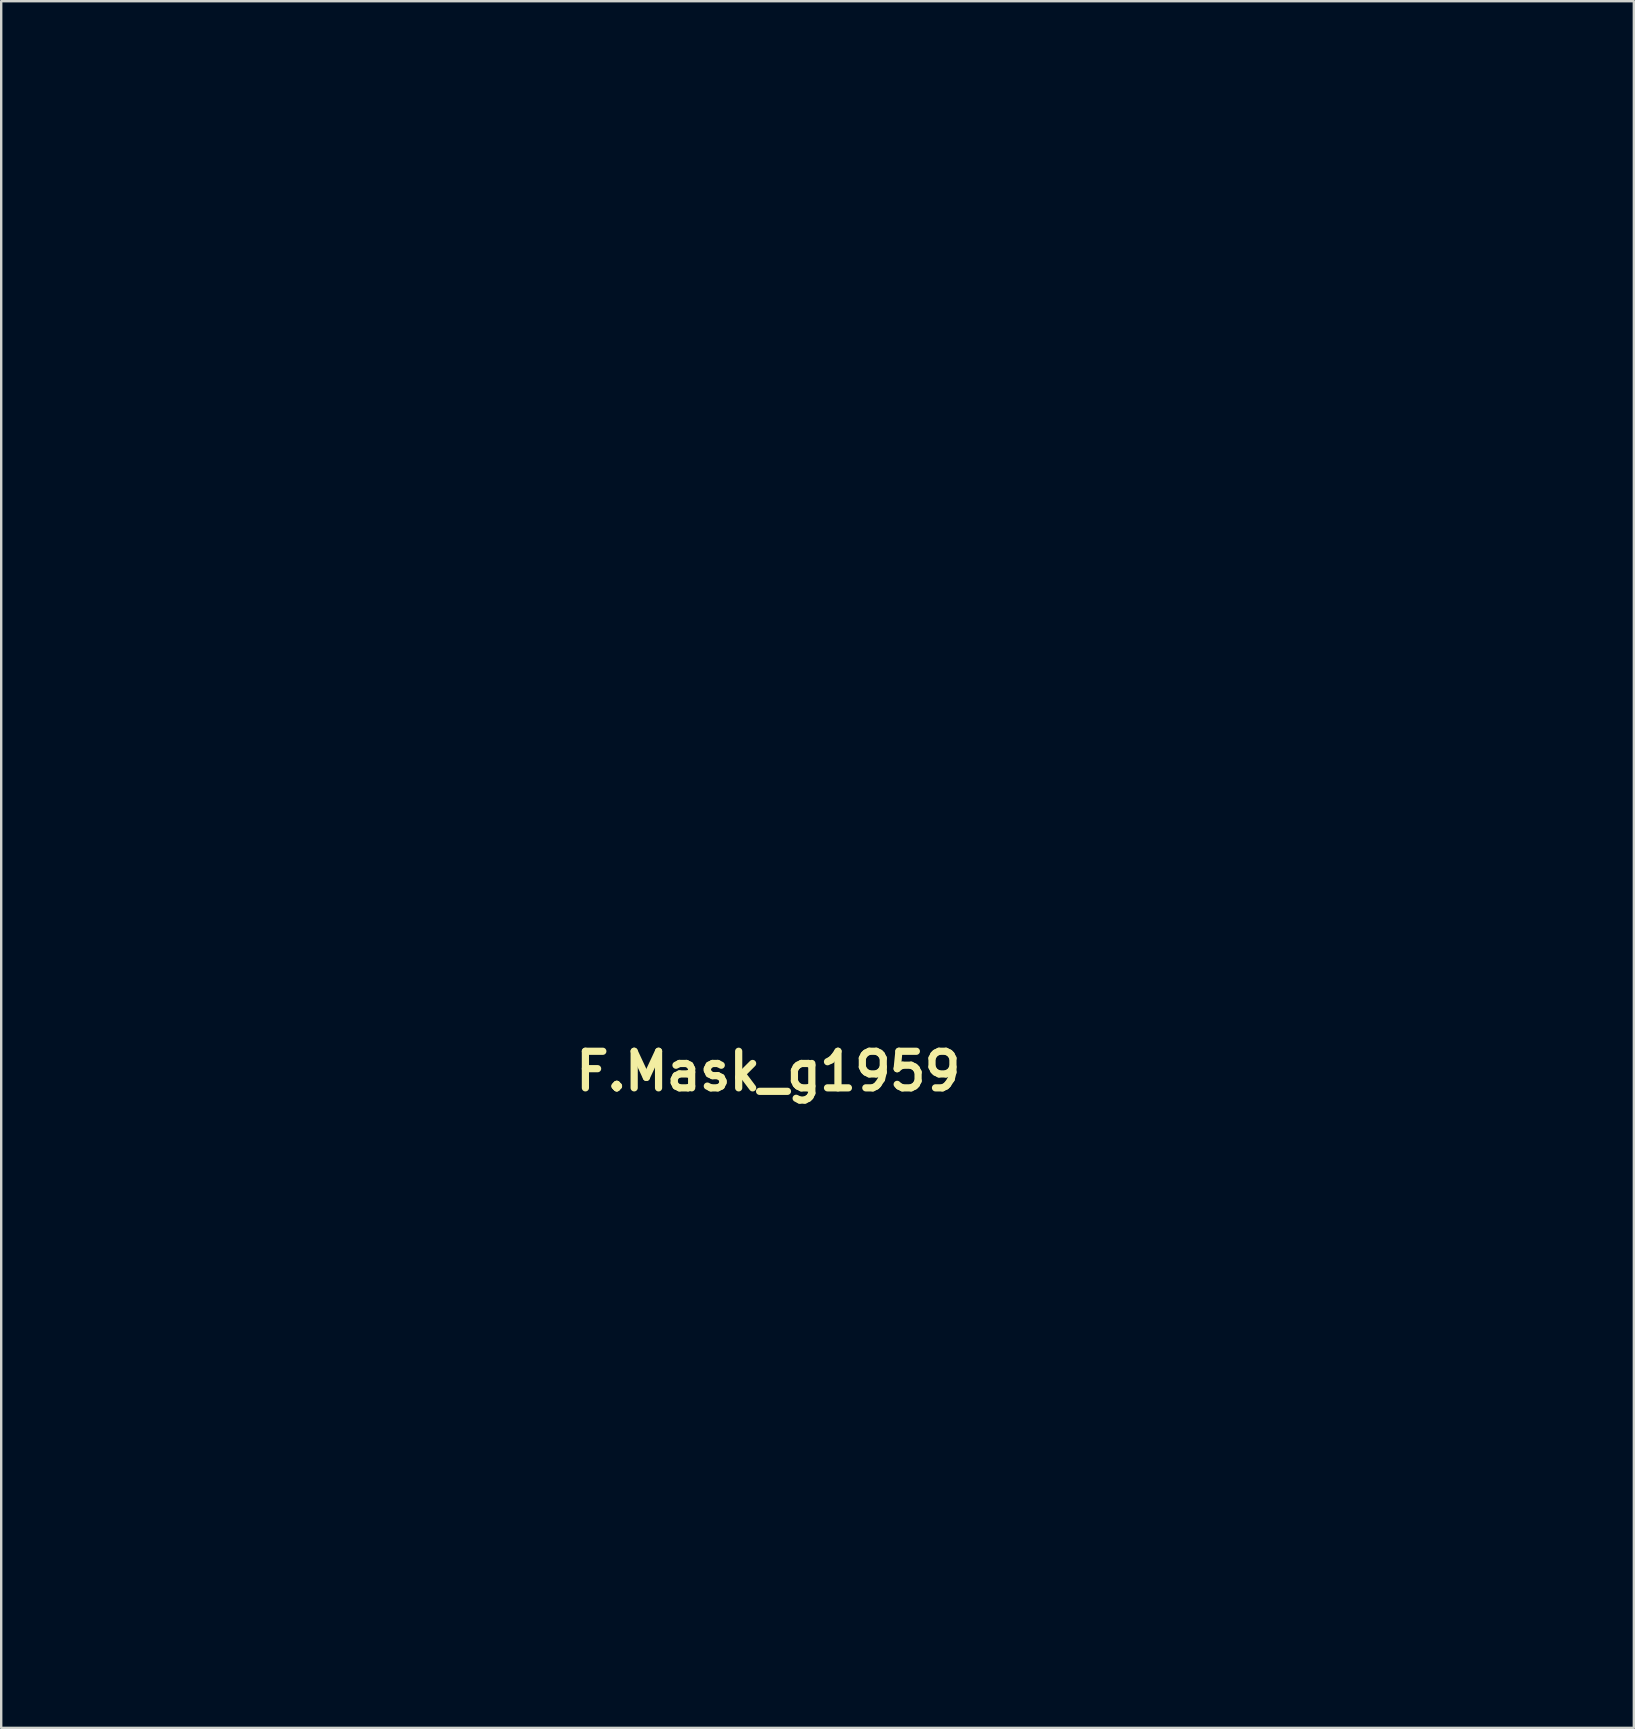
<source format=kicad_pcb>
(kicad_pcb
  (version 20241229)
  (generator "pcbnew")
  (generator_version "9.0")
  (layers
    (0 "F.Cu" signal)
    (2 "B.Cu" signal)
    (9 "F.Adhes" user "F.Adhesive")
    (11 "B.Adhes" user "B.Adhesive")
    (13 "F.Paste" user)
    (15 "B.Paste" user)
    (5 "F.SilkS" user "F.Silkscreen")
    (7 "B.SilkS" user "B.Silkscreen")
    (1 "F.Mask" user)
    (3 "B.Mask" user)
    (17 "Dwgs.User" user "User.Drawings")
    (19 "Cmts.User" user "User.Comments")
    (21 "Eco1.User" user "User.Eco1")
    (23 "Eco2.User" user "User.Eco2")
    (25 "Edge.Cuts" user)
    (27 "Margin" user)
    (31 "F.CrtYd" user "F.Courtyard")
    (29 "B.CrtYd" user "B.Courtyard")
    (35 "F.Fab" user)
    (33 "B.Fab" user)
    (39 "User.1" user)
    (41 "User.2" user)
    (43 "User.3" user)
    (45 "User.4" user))
  (footprint "F.Mask_g1959"
    (layer "F.Cu")
    (at 28.961 41.586)
    (property "Reference" "F.Mask_g1959" (at 0 0 0) (layer "F.SilkS") (effects (font (size 1.524 1.524) (thickness 0.3))))
    (attr through_hole)
    (fp_poly (pts (xy 3.749 -41.559) (xy 4.453 -41.368) (xy 5.151 -41.01) (xy 5.194 -40.982) (xy 5.688 -40.631) (xy 6.175 -40.225) (xy 6.677 -39.74) (xy 7.217 -39.157) (xy 7.816 -38.452) (xy 7.925 -38.319) (xy 8.292 -37.877) (xy 8.675 -37.427) (xy 9.042 -37.008) (xy 9.358 -36.658) (xy 9.516 -36.491) (xy 9.715 -36.278) (xy 10.008 -35.953) (xy 10.38 -35.532) (xy 10.816 -35.033) (xy 11.302 -34.474) (xy 11.823 -33.87) (xy 12.364 -33.24) (xy 12.911 -32.602) (xy 13.448 -31.971) (xy 13.96 -31.365) (xy 14.434 -30.802) (xy 14.854 -30.299) (xy 15.205 -29.873) (xy 15.344 -29.701) (xy 15.636 -29.331) (xy 15.909 -28.972) (xy 16.135 -28.661) (xy 16.284 -28.437) (xy 16.296 -28.417) (xy 16.424 -28.185) (xy 16.47 -28.027) (xy 16.446 -27.875) (xy 16.394 -27.742) (xy 16.27 -27.522) (xy 16.127 -27.371) (xy 16.108 -27.358) (xy 15.963 -27.31) (xy 15.69 -27.245) (xy 15.329 -27.17) (xy 14.936 -27.098) (xy 14.291 -26.981) (xy 13.797 -26.874) (xy 13.436 -26.767) (xy 13.192 -26.652) (xy 13.046 -26.52) (xy 12.982 -26.361) (xy 12.982 -26.168) (xy 12.994 -26.091) (xy 13.063 -25.844) (xy 13.208 -25.459) (xy 13.421 -24.946) (xy 13.698 -24.316) (xy 14.035 -23.582) (xy 14.426 -22.752) (xy 14.865 -21.839) (xy 15.349 -20.854) (xy 15.615 -20.32) (xy 16.046 -19.462) (xy 16.473 -18.623) (xy 16.906 -17.785) (xy 17.352 -16.932) (xy 17.82 -16.047) (xy 18.32 -15.116) (xy 18.86 -14.12) (xy 19.449 -13.044) (xy 20.095 -11.872) (xy 20.808 -10.587) (xy 21.596 -9.173) (xy 21.659 -9.059) (xy 22.401 -7.727) (xy 23.064 -6.533) (xy 23.65 -5.469) (xy 24.166 -4.524) (xy 24.614 -3.692) (xy 25 -2.962) (xy 25.327 -2.327) (xy 25.601 -1.777) (xy 25.824 -1.304) (xy 26.003 -0.898) (xy 26.14 -0.552) (xy 26.241 -0.256) (xy 26.31 -0.001) (xy 26.351 0.221) (xy 26.368 0.419) (xy 26.369 0.472) (xy 26.356 0.809) (xy 26.293 1.06) (xy 26.162 1.306) (xy 26.141 1.337) (xy 26.019 1.518) (xy 25.907 1.662) (xy 25.783 1.773) (xy 25.627 1.857) (xy 25.419 1.918) (xy 25.139 1.961) (xy 24.766 1.989) (xy 24.28 2.009) (xy 23.661 2.024) (xy 23.076 2.036) (xy 22.327 2.051) (xy 21.727 2.069) (xy 21.256 2.092) (xy 20.893 2.125) (xy 20.619 2.171) (xy 20.413 2.236) (xy 20.255 2.323) (xy 20.125 2.435) (xy 20.002 2.578) (xy 19.935 2.665) (xy 19.751 3.021) (xy 19.724 3.41) (xy 19.855 3.847) (xy 19.886 3.914) (xy 19.984 4.08) (xy 20.169 4.358) (xy 20.424 4.725) (xy 20.735 5.16) (xy 21.084 5.638) (xy 21.392 6.054) (xy 22.833 7.999) (xy 24.179 9.86) (xy 25.455 11.672) (xy 26.685 13.472) (xy 27.893 15.294) (xy 29.103 17.174) (xy 30.34 19.149) (xy 30.749 19.812) (xy 31.295 20.702) (xy 31.757 21.458) (xy 32.139 22.088) (xy 32.447 22.601) (xy 32.687 23.006) (xy 32.862 23.311) (xy 32.979 23.527) (xy 33.043 23.66) (xy 33.059 23.721) (xy 33.057 23.726) (xy 32.984 23.689) (xy 32.824 23.559) (xy 32.61 23.363) (xy 32.577 23.331) (xy 32.039 22.901) (xy 31.36 22.501) (xy 30.567 22.137) (xy 29.686 21.818) (xy 28.745 21.549) (xy 27.77 21.339) (xy 26.788 21.194) (xy 25.826 21.122) (xy 24.911 21.131) (xy 24.54 21.161) (xy 23.823 21.263) (xy 23.109 21.416) (xy 22.45 21.606) (xy 21.896 21.82) (xy 21.776 21.877) (xy 21.378 22.078) (xy 20.755 21.501) (xy 20.206 21.049) (xy 19.638 20.684) (xy 19.485 20.603) (xy 19.155 20.447) (xy 18.888 20.35) (xy 18.621 20.294) (xy 18.286 20.264) (xy 18.034 20.253) (xy 17.563 20.248) (xy 17.164 20.278) (xy 16.751 20.354) (xy 16.427 20.434) (xy 15.625 20.646) (xy 15.006 19.98) (xy 14.521 19.504) (xy 14.073 19.169) (xy 13.632 18.959) (xy 13.172 18.86) (xy 12.922 18.848) (xy 12.3 18.91) (xy 11.687 19.112) (xy 11.053 19.464) (xy 11.046 19.469) (xy 10.541 19.801) (xy 10.439 19.607) (xy 10.238 19.398) (xy 9.908 19.261) (xy 9.567 19.211) (xy 9.269 19.204) (xy 9.084 19.237) (xy 8.956 19.331) (xy 8.848 19.48) (xy 8.627 19.737) (xy 8.332 19.921) (xy 7.938 20.044) (xy 7.417 20.115) (xy 7.128 20.133) (xy 6.725 20.149) (xy 6.442 20.146) (xy 6.232 20.118) (xy 6.046 20.059) (xy 5.836 19.961) (xy 5.805 19.945) (xy 5.447 19.799) (xy 5.043 19.683) (xy 4.855 19.647) (xy 4.44 19.546) (xy 3.938 19.345) (xy 3.512 19.134) (xy 3.142 18.942) (xy 2.876 18.817) (xy 2.671 18.747) (xy 2.482 18.719) (xy 2.263 18.72) (xy 2.075 18.731) (xy 1.636 18.789) (xy 1.18 18.915) (xy 0.72 19.092) (xy -0.228 19.457) (xy -1.106 19.728) (xy -1.892 19.897) (xy -2.371 19.952) (xy -2.76 19.961) (xy -3.13 19.93) (xy -3.518 19.851) (xy -3.962 19.715) (xy -4.496 19.513) (xy -4.872 19.357) (xy -5.631 19.106) (xy -6.344 19.006) (xy -7.002 19.06) (xy -7.108 19.085) (xy -7.546 19.221) (xy -7.921 19.4) (xy -8.288 19.654) (xy -8.698 20.012) (xy -8.728 20.041) (xy -9.2 20.488) (xy -9.906 20.4) (xy -10.748 20.354) (xy -11.488 20.442) (xy -12.133 20.667) (xy -12.686 21.03) (xy -13.152 21.535) (xy -13.461 22.031) (xy -13.602 22.296) (xy -13.709 22.496) (xy -13.761 22.588) (xy -13.762 22.59) (xy -13.835 22.556) (xy -14.01 22.442) (xy -14.257 22.27) (xy -14.367 22.19) (xy -14.856 21.865) (xy -15.292 21.655) (xy -15.727 21.542) (xy -16.212 21.506) (xy -16.245 21.505) (xy -16.854 21.585) (xy -17.5 21.826) (xy -18.185 22.229) (xy -18.306 22.314) (xy -18.54 22.472) (xy -18.726 22.578) (xy -18.807 22.606) (xy -18.923 22.576) (xy -19.156 22.496) (xy -19.464 22.38) (xy -19.632 22.314) (xy -20.395 22.052) (xy -21.065 21.92) (xy -21.663 21.921) (xy -22.208 22.06) (xy -22.72 22.338) (xy -23.218 22.758) (xy -23.379 22.926) (xy -23.839 23.423) (xy -26.25 23.866) (xy -26.873 23.981) (xy -27.447 24.088) (xy -27.948 24.182) (xy -28.355 24.26) (xy -28.645 24.317) (xy -28.796 24.349) (xy -28.808 24.352) (xy -28.933 24.338) (xy -28.956 24.265) (xy -28.908 24.078) (xy -28.767 23.763) (xy -28.539 23.328) (xy -28.228 22.782) (xy -27.842 22.134) (xy -27.384 21.394) (xy -26.862 20.57) (xy -26.279 19.671) (xy -25.641 18.707) (xy -25.247 18.119) (xy -22.886 14.705) (xy -20.387 11.265) (xy -17.77 7.827) (xy -15.627 5.122) (xy -15.171 4.55) (xy -14.818 4.089) (xy -14.559 3.725) (xy -14.382 3.443) (xy -14.279 3.23) (xy -14.251 3.144) (xy -14.26 2.908) (xy -14.361 2.609) (xy -14.526 2.303) (xy -14.725 2.045) (xy -14.903 1.904) (xy -15.025 1.856) (xy -15.206 1.812) (xy -15.462 1.769) (xy -15.807 1.728) (xy -16.258 1.686) (xy -16.83 1.64) (xy -17.538 1.591) (xy -18.399 1.536) (xy -18.475 1.531) (xy -18.947 1.497) (xy -19.371 1.455) (xy -19.713 1.412) (xy -19.938 1.369) (xy -19.999 1.349) (xy -20.376 1.084) (xy -20.607 0.749) (xy -20.695 0.333) (xy -20.645 -0.173) (xy -20.62 -0.278) (xy -20.526 -0.56) (xy -20.353 -0.979) (xy -20.312 -1.067) (xy -13.335 -1.067) (xy -13.328 -0.609) (xy -13.26 -0.326) (xy -13.126 -0.105) (xy -12.932 0.085) (xy -12.708 0.283) (xy -12.414 0.548) (xy -12.105 0.829) (xy -12.025 0.901) (xy -11.736 1.154) (xy -11.46 1.375) (xy -11.243 1.528) (xy -11.189 1.56) (xy -10.996 1.704) (xy -10.922 1.859) (xy -10.846 2.083) (xy -10.644 2.235) (xy -10.376 2.286) (xy -10.15 2.322) (xy -9.993 2.41) (xy -9.991 2.413) (xy -9.833 2.501) (xy -9.582 2.54) (xy -9.553 2.54) (xy -9.366 2.551) (xy -9.18 2.593) (xy -8.966 2.68) (xy -8.696 2.825) (xy -8.342 3.042) (xy -7.916 3.317) (xy -7.153 3.815) (xy -7.153 5.866) (xy -7.152 7.916) (xy -6.826 8.932) (xy -6.667 9.394) (xy -6.485 9.863) (xy -6.305 10.279) (xy -6.175 10.541) (xy -5.954 10.886) (xy -5.652 11.281) (xy -5.298 11.693) (xy -4.924 12.091) (xy -4.559 12.442) (xy -4.233 12.713) (xy -4.007 12.858) (xy -3.796 12.981) (xy -3.664 13.123) (xy -3.568 13.341) (xy -3.514 13.515) (xy -3.43 13.872) (xy -3.359 14.289) (xy -3.327 14.566) (xy -3.306 14.87) (xy -3.312 15.048) (xy -3.354 15.14) (xy -3.442 15.188) (xy -3.465 15.196) (xy -3.623 15.308) (xy -3.77 15.508) (xy -3.788 15.544) (xy -3.872 15.744) (xy -3.871 15.879) (xy -3.779 16.032) (xy -3.754 16.065) (xy -3.582 16.296) (xy -4.058 16.765) (xy -4.446 17.191) (xy -4.689 17.573) (xy -4.8 17.932) (xy -4.799 18.229) (xy -4.662 18.648) (xy -4.385 19.018) (xy -3.995 19.324) (xy -3.517 19.552) (xy -2.979 19.686) (xy -2.406 19.712) (xy -2.199 19.693) (xy -1.805 19.618) (xy -1.312 19.493) (xy -0.777 19.334) (xy -0.257 19.159) (xy 0.191 18.987) (xy 0.424 18.88) (xy 0.731 18.704) (xy 0.931 18.525) (xy 1.078 18.292) (xy 1.091 18.265) (xy 1.243 17.82) (xy 1.244 17.392) (xy 1.136 17.026) (xy 1.058 16.806) (xy 1.055 16.661) (xy 1.135 16.513) (xy 1.189 16.438) (xy 1.322 16.159) (xy 1.294 15.881) (xy 1.104 15.583) (xy 1.102 15.58) (xy 0.99 15.423) (xy 0.992 15.3) (xy 1.045 15.207) (xy 1.245 15.013) (xy 1.548 14.833) (xy 1.887 14.701) (xy 2.196 14.647) (xy 2.205 14.647) (xy 2.462 14.69) (xy 2.777 14.799) (xy 3.094 14.948) (xy 3.355 15.111) (xy 3.497 15.25) (xy 3.526 15.377) (xy 3.442 15.534) (xy 3.358 15.63) (xy 3.173 15.927) (xy 3.151 16.231) (xy 3.292 16.518) (xy 3.391 16.657) (xy 3.396 16.764) (xy 3.303 16.914) (xy 3.27 16.958) (xy 3.137 17.265) (xy 3.106 17.646) (xy 3.175 18.042) (xy 3.309 18.341) (xy 3.64 18.734) (xy 4.088 19.063) (xy 4.605 19.296) (xy 4.921 19.375) (xy 5.305 19.464) (xy 5.703 19.591) (xy 5.937 19.686) (xy 6.183 19.79) (xy 6.404 19.851) (xy 6.658 19.875) (xy 7.002 19.873) (xy 7.155 19.868) (xy 7.649 19.83) (xy 8.019 19.761) (xy 8.185 19.699) (xy 8.488 19.475) (xy 8.724 19.14) (xy 8.912 18.666) (xy 8.931 18.602) (xy 9.015 18.219) (xy 9.014 17.888) (xy 8.917 17.554) (xy 8.714 17.162) (xy 8.668 17.085) (xy 8.501 16.782) (xy 8.409 16.521) (xy 8.367 16.22) (xy 8.358 16.011) (xy 8.34 15.684) (xy 8.299 15.469) (xy 8.217 15.308) (xy 8.086 15.155) (xy 7.885 14.83) (xy 7.835 14.435) (xy 7.935 13.976) (xy 8.184 13.457) (xy 8.58 12.882) (xy 8.722 12.706) (xy 9.034 12.368) (xy 9.342 12.13) (xy 9.685 11.948) (xy 9.942 11.823) (xy 10.135 11.698) (xy 10.303 11.534) (xy 10.487 11.295) (xy 10.688 10.997) (xy 11.073 10.388) (xy 11.421 9.784) (xy 11.714 9.218) (xy 11.937 8.724) (xy 12.058 8.382) (xy 12.124 8.113) (xy 12.171 7.825) (xy 12.2 7.492) (xy 12.211 7.088) (xy 12.205 6.586) (xy 12.184 5.961) (xy 12.158 5.403) (xy 12.085 3.905) (xy 12.494 3.646) (xy 12.835 3.467) (xy 13.153 3.393) (xy 13.298 3.387) (xy 13.658 3.342) (xy 13.935 3.196) (xy 14.272 3.033) (xy 14.533 2.995) (xy 14.821 2.957) (xy 15.162 2.87) (xy 15.339 2.809) (xy 15.656 2.698) (xy 15.967 2.611) (xy 16.105 2.583) (xy 16.501 2.438) (xy 16.826 2.143) (xy 17.074 1.706) (xy 17.098 1.644) (xy 17.237 1.158) (xy 17.252 0.727) (xy 17.142 0.292) (xy 17.054 0.085) (xy 16.798 -0.377) (xy 16.519 -0.691) (xy 16.189 -0.876) (xy 15.781 -0.953) (xy 15.657 -0.957) (xy 15.258 -0.963) (xy 15.215 -1.347) (xy 15.141 -1.662) (xy 14.977 -1.9) (xy 14.908 -1.966) (xy 14.715 -2.114) (xy 14.556 -2.196) (xy 14.524 -2.201) (xy 14.405 -2.149) (xy 14.203 -2.009) (xy 13.958 -1.811) (xy 13.919 -1.778) (xy 13.647 -1.552) (xy 13.444 -1.423) (xy 13.261 -1.366) (xy 13.089 -1.354) (xy 12.789 -1.313) (xy 12.509 -1.211) (xy 12.478 -1.193) (xy 12.214 -1.032) (xy 11.989 -1.892) (xy 11.856 -2.346) (xy 11.693 -2.826) (xy 11.526 -3.252) (xy 11.462 -3.397) (xy 11.316 -3.713) (xy 11.236 -3.92) (xy 11.212 -4.063) (xy 11.239 -4.183) (xy 11.304 -4.321) (xy 11.41 -4.673) (xy 11.406 -4.981) (xy 11.369 -5.188) (xy 11.294 -5.361) (xy 11.15 -5.543) (xy 10.911 -5.78) (xy 10.846 -5.84) (xy 10.607 -6.07) (xy 10.446 -6.264) (xy 10.358 -6.458) (xy 10.337 -6.689) (xy 10.377 -6.991) (xy 10.472 -7.402) (xy 10.541 -7.671) (xy 10.692 -8.399) (xy 10.751 -9.09) (xy 10.753 -9.238) (xy 10.762 -9.6) (xy 10.786 -9.858) (xy 10.824 -9.983) (xy 10.837 -9.991) (xy 10.903 -9.919) (xy 10.922 -9.798) (xy 10.959 -9.487) (xy 11.056 -9.11) (xy 11.192 -8.727) (xy 11.346 -8.398) (xy 11.484 -8.195) (xy 11.882 -7.874) (xy 12.332 -7.684) (xy 12.797 -7.636) (xy 13.232 -7.734) (xy 13.522 -7.915) (xy 13.808 -8.191) (xy 14.042 -8.506) (xy 14.178 -8.808) (xy 14.187 -8.848) (xy 14.21 -9.355) (xy 14.098 -9.828) (xy 13.87 -10.239) (xy 13.545 -10.562) (xy 13.143 -10.771) (xy 12.742 -10.838) (xy 12.638 -10.852) (xy 12.538 -10.901) (xy 12.425 -11.007) (xy 12.279 -11.19) (xy 12.084 -11.473) (xy 11.82 -11.874) (xy 11.769 -11.953) (xy 11.068 -12.924) (xy 10.318 -13.756) (xy 9.53 -14.435) (xy 9.341 -14.571) (xy 8.759 -14.923) (xy 8.047 -15.27) (xy 7.243 -15.594) (xy 6.386 -15.88) (xy 6.273 -15.914) (xy 5.759 -16.059) (xy 5.35 -16.161) (xy 4.989 -16.229) (xy 4.62 -16.273) (xy 4.186 -16.301) (xy 3.86 -16.316) (xy 3.198 -16.329) (xy 2.572 -16.316) (xy 2.038 -16.279) (xy 1.905 -16.263) (xy 1.393 -16.17) (xy 0.804 -16.023) (xy 0.193 -15.839) (xy -0.385 -15.635) (xy -0.873 -15.428) (xy -1.037 -15.346) (xy -1.579 -14.996) (xy -2.138 -14.536) (xy -2.662 -14.01) (xy -3.034 -13.559) (xy -3.246 -13.255) (xy -3.476 -12.895) (xy -3.705 -12.515) (xy -3.914 -12.146) (xy -4.084 -11.822) (xy -4.197 -11.575) (xy -4.233 -11.447) (xy -4.162 -11.364) (xy -3.987 -11.274) (xy -3.958 -11.264) (xy -3.683 -11.166) (xy -3.937 -11.034) (xy -4.42 -10.694) (xy -4.821 -10.229) (xy -5.118 -9.676) (xy -5.289 -9.068) (xy -5.312 -8.888) (xy -5.308 -8.471) (xy -5.238 -8.029) (xy -5.116 -7.62) (xy -4.955 -7.301) (xy -4.89 -7.219) (xy -4.782 -7.081) (xy -4.758 -6.946) (xy -4.809 -6.741) (xy -4.824 -6.695) (xy -4.883 -6.412) (xy -4.888 -6.142) (xy -4.882 -6.102) (xy -4.866 -5.923) (xy -4.896 -5.842) (xy -4.9 -5.842) (xy -4.996 -5.788) (xy -5.164 -5.648) (xy -5.279 -5.542) (xy -5.483 -5.297) (xy -5.578 -5.044) (xy -5.566 -4.742) (xy -5.454 -4.349) (xy -5.417 -4.248) (xy -5.245 -3.797) (xy -5.624 -3.375) (xy -6.028 -2.841) (xy -6.318 -2.274) (xy -6.472 -1.718) (xy -6.481 -1.651) (xy -6.52 -1.33) (xy -6.561 -1.024) (xy -6.575 -0.931) (xy -6.621 -0.635) (xy -6.845 -0.899) (xy -7.068 -1.107) (xy -7.348 -1.301) (xy -7.429 -1.346) (xy -7.691 -1.516) (xy -7.789 -1.678) (xy -7.789 -1.692) (xy -7.867 -1.918) (xy -8.073 -2.094) (xy -8.37 -2.19) (xy -8.519 -2.201) (xy -8.725 -2.208) (xy -8.847 -2.252) (xy -8.921 -2.374) (xy -8.983 -2.61) (xy -9.007 -2.717) (xy -9.12 -2.998) (xy -9.304 -3.231) (xy -9.514 -3.368) (xy -9.613 -3.387) (xy -9.81 -3.325) (xy -10.049 -3.172) (xy -10.275 -2.972) (xy -10.43 -2.77) (xy -10.457 -2.708) (xy -10.497 -2.614) (xy -10.566 -2.596) (xy -10.71 -2.654) (xy -10.846 -2.724) (xy -11.142 -2.842) (xy -11.437 -2.862) (xy -11.576 -2.847) (xy -12.105 -2.697) (xy -12.566 -2.417) (xy -12.939 -2.035) (xy -13.202 -1.576) (xy -13.335 -1.067) (xy -20.312 -1.067) (xy -20.104 -1.525) (xy -19.785 -2.19) (xy -19.401 -2.965) (xy -18.956 -3.839) (xy -18.457 -4.805) (xy -17.907 -5.851) (xy -17.312 -6.97) (xy -16.676 -8.151) (xy -16.005 -9.385) (xy -15.303 -10.664) (xy -14.576 -11.978) (xy -13.828 -13.317) (xy -13.064 -14.672) (xy -12.289 -16.034) (xy -12.065 -16.425) (xy -11.307 -17.756) (xy -10.601 -19.016) (xy -9.949 -20.198) (xy -9.356 -21.294) (xy -8.824 -22.297) (xy -8.359 -23.201) (xy -7.963 -23.997) (xy -7.641 -24.678) (xy -7.396 -25.237) (xy -7.232 -25.667) (xy -7.153 -25.96) (xy -7.152 -25.968) (xy -7.178 -26.338) (xy -7.354 -26.685) (xy -7.661 -26.973) (xy -7.676 -26.983) (xy -7.786 -27.042) (xy -7.924 -27.083) (xy -8.118 -27.107) (xy -8.4 -27.118) (xy -8.799 -27.117) (xy -9.202 -27.111) (xy -9.858 -27.106) (xy -10.362 -27.123) (xy -10.733 -27.163) (xy -10.989 -27.232) (xy -11.146 -27.33) (xy -11.223 -27.463) (xy -11.225 -27.473) (xy -11.245 -27.547) (xy -11.254 -27.612) (xy -11.239 -27.687) (xy -11.19 -27.79) (xy -11.095 -27.94) (xy -10.942 -28.157) (xy -10.719 -28.46) (xy -10.415 -28.866) (xy -10.157 -29.21) (xy -8.468 -31.38) (xy -6.761 -33.403) (xy -5.041 -35.275) (xy -3.314 -36.988) (xy -1.584 -38.539) (xy -1.312 -38.768) (xy -0.429 -39.495) (xy 0.336 -40.105) (xy 0.987 -40.6) (xy 1.524 -40.981) (xy 1.951 -41.251) (xy 2.271 -41.411) (xy 2.336 -41.435) (xy 3.043 -41.581) (xy 3.749 -41.559)) (stroke (width 0.01) (type solid)) (fill yes) (layer "F.Mask")))
  (gr_rect
    (start -3 -3)
    (end 65.025 68.943)
    (stroke (width 0.1) (type default))
    (fill no)
    (layer "Edge.Cuts")))
</source>
